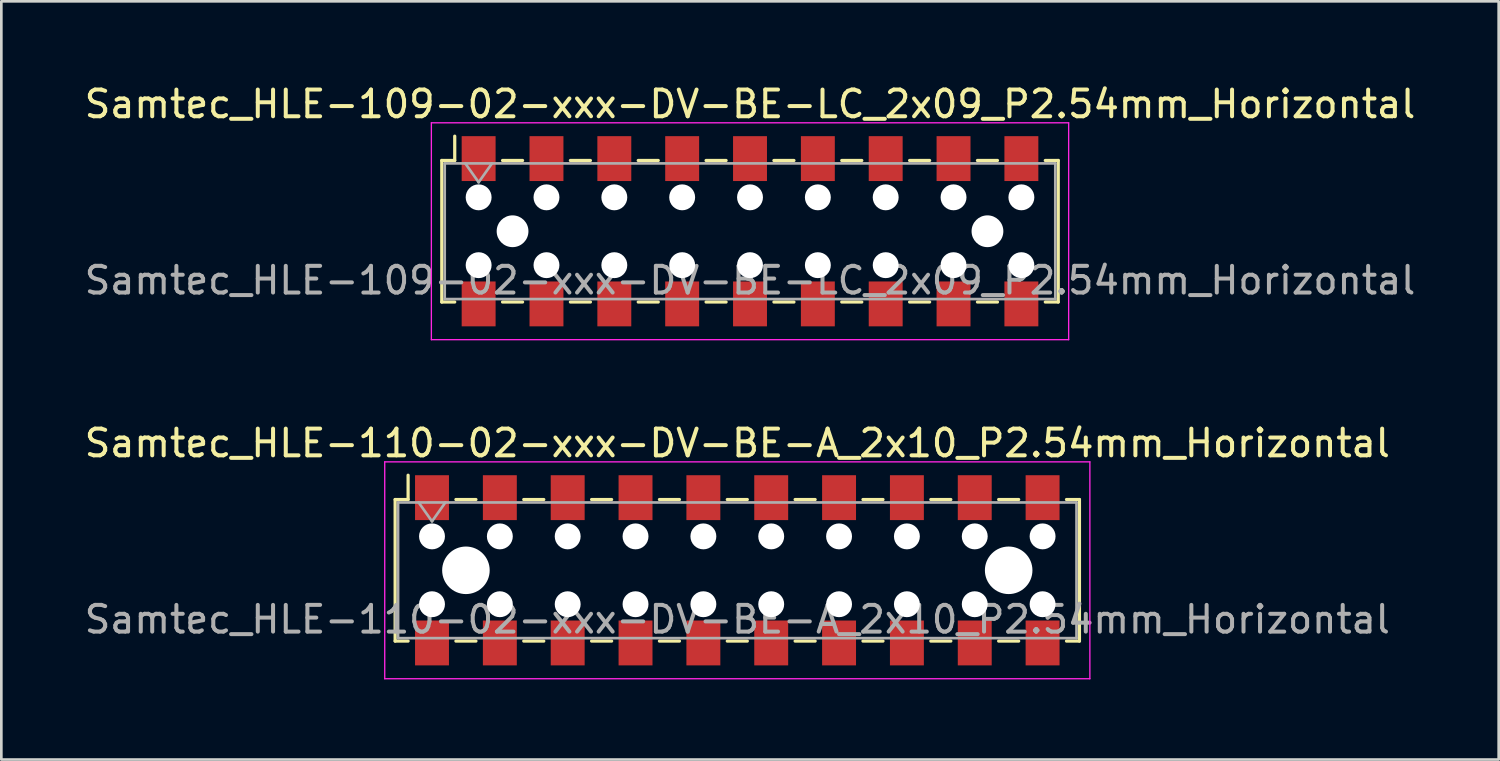
<source format=kicad_pcb>
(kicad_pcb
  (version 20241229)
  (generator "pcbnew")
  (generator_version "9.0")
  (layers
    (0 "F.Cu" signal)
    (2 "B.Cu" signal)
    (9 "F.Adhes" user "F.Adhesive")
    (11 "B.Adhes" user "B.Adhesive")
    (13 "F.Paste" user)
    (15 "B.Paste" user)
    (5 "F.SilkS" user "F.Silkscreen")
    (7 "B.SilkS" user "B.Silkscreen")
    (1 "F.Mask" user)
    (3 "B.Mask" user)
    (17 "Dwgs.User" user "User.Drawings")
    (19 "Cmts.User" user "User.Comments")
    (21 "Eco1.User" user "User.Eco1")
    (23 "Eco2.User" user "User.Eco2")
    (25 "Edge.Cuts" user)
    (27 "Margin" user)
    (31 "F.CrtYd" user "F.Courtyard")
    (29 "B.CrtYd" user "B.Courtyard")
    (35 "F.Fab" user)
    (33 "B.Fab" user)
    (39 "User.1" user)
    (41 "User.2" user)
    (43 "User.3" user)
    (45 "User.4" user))
  (footprint "Samtec_HLE-110-02-xxx-DV-BE-A_2x10_P2.54mm_Horizontal"
    (layer "F.Cu")
    (at 24.554 18.302)
    (property "Reference" "Samtec_HLE-110-02-xxx-DV-BE-A_2x10_P2.54mm_Horizontal" (at 0 -4.76 0) (layer "F.SilkS") (effects (font (size 1 1) (thickness 0.15))))
    (attr smd)
    (fp_line (start -12.81 -2.65) (end -12.81 2.65) (stroke (width 0.12) (type solid)) (layer "F.SilkS"))
    (fp_line (start -12.81 2.65) (end -12.325 2.65) (stroke (width 0.12) (type solid)) (layer "F.SilkS"))
    (fp_line (start -12.325 -3.56) (end -12.325 -2.65) (stroke (width 0.12) (type solid)) (layer "F.SilkS"))
    (fp_line (start -12.325 -2.65) (end -12.81 -2.65) (stroke (width 0.12) (type solid)) (layer "F.SilkS"))
    (fp_line (start -10.535 -2.65) (end -9.785 -2.65) (stroke (width 0.12) (type solid)) (layer "F.SilkS"))
    (fp_line (start -10.535 2.65) (end -9.785 2.65) (stroke (width 0.12) (type solid)) (layer "F.SilkS"))
    (fp_line (start -7.995 -2.65) (end -7.245 -2.65) (stroke (width 0.12) (type solid)) (layer "F.SilkS"))
    (fp_line (start -7.995 2.65) (end -7.245 2.65) (stroke (width 0.12) (type solid)) (layer "F.SilkS"))
    (fp_line (start -5.455 -2.65) (end -4.705 -2.65) (stroke (width 0.12) (type solid)) (layer "F.SilkS"))
    (fp_line (start -5.455 2.65) (end -4.705 2.65) (stroke (width 0.12) (type solid)) (layer "F.SilkS"))
    (fp_line (start -2.915 -2.65) (end -2.165 -2.65) (stroke (width 0.12) (type solid)) (layer "F.SilkS"))
    (fp_line (start -2.915 2.65) (end -2.165 2.65) (stroke (width 0.12) (type solid)) (layer "F.SilkS"))
    (fp_line (start -0.375 -2.65) (end 0.375 -2.65) (stroke (width 0.12) (type solid)) (layer "F.SilkS"))
    (fp_line (start -0.375 2.65) (end 0.375 2.65) (stroke (width 0.12) (type solid)) (layer "F.SilkS"))
    (fp_line (start 2.165 -2.65) (end 2.915 -2.65) (stroke (width 0.12) (type solid)) (layer "F.SilkS"))
    (fp_line (start 2.165 2.65) (end 2.915 2.65) (stroke (width 0.12) (type solid)) (layer "F.SilkS"))
    (fp_line (start 4.705 -2.65) (end 5.455 -2.65) (stroke (width 0.12) (type solid)) (layer "F.SilkS"))
    (fp_line (start 4.705 2.65) (end 5.455 2.65) (stroke (width 0.12) (type solid)) (layer "F.SilkS"))
    (fp_line (start 7.245 -2.65) (end 7.995 -2.65) (stroke (width 0.12) (type solid)) (layer "F.SilkS"))
    (fp_line (start 7.245 2.65) (end 7.995 2.65) (stroke (width 0.12) (type solid)) (layer "F.SilkS"))
    (fp_line (start 9.785 -2.65) (end 10.535 -2.65) (stroke (width 0.12) (type solid)) (layer "F.SilkS"))
    (fp_line (start 9.785 2.65) (end 10.535 2.65) (stroke (width 0.12) (type solid)) (layer "F.SilkS"))
    (fp_line (start 12.325 -2.65) (end 12.81 -2.65) (stroke (width 0.12) (type solid)) (layer "F.SilkS"))
    (fp_line (start 12.81 -2.65) (end 12.81 2.65) (stroke (width 0.12) (type solid)) (layer "F.SilkS"))
    (fp_line (start 12.81 2.65) (end 12.325 2.65) (stroke (width 0.12) (type solid)) (layer "F.SilkS"))
    (fp_line (start -13.2 -4.06) (end 13.2 -4.06) (stroke (width 0.05) (type solid)) (layer "F.CrtYd"))
    (fp_line (start -13.2 4.06) (end -13.2 -4.06) (stroke (width 0.05) (type solid)) (layer "F.CrtYd"))
    (fp_line (start 13.2 -4.06) (end 13.2 4.06) (stroke (width 0.05) (type solid)) (layer "F.CrtYd"))
    (fp_line (start 13.2 4.06) (end -13.2 4.06) (stroke (width 0.05) (type solid)) (layer "F.CrtYd"))
    (fp_line (start -12.7 -2.54) (end 12.7 -2.54) (stroke (width 0.1) (type solid)) (layer "F.Fab"))
    (fp_line (start -12.7 2.54) (end -12.7 -2.54) (stroke (width 0.1) (type solid)) (layer "F.Fab"))
    (fp_line (start -11.93 -2.54) (end -11.43 -1.833) (stroke (width 0.1) (type solid)) (layer "F.Fab"))
    (fp_line (start -11.43 -1.833) (end -10.93 -2.54) (stroke (width 0.1) (type solid)) (layer "F.Fab"))
    (fp_line (start 12.7 -2.54) (end 12.7 2.54) (stroke (width 0.1) (type solid)) (layer "F.Fab"))
    (fp_line (start 12.7 2.54) (end -12.7 2.54) (stroke (width 0.1) (type solid)) (layer "F.Fab"))
    (fp_text user "${REFERENCE}" (at 0 1.84 0) (layer "F.Fab") (effects (font (size 1 1) (thickness 0.15))))
    (pad "" np_thru_hole circle (at -11.43 -1.27) (size 0.97 0.97) (drill 0.97) (layers "*.Cu" "*.Mask"))
    (pad "" np_thru_hole circle (at -11.43 1.27) (size 0.97 0.97) (drill 0.97) (layers "*.Cu" "*.Mask"))
    (pad "" np_thru_hole circle (at -10.16 0) (size 1.78 1.78) (drill 1.78) (layers "*.Cu" "*.Mask"))
    (pad "" np_thru_hole circle (at -8.89 -1.27) (size 0.97 0.97) (drill 0.97) (layers "*.Cu" "*.Mask"))
    (pad "" np_thru_hole circle (at -8.89 1.27) (size 0.97 0.97) (drill 0.97) (layers "*.Cu" "*.Mask"))
    (pad "" np_thru_hole circle (at -6.35 -1.27) (size 0.97 0.97) (drill 0.97) (layers "*.Cu" "*.Mask"))
    (pad "" np_thru_hole circle (at -6.35 1.27) (size 0.97 0.97) (drill 0.97) (layers "*.Cu" "*.Mask"))
    (pad "" np_thru_hole circle (at -3.81 -1.27) (size 0.97 0.97) (drill 0.97) (layers "*.Cu" "*.Mask"))
    (pad "" np_thru_hole circle (at -3.81 1.27) (size 0.97 0.97) (drill 0.97) (layers "*.Cu" "*.Mask"))
    (pad "" np_thru_hole circle (at -1.27 -1.27) (size 0.97 0.97) (drill 0.97) (layers "*.Cu" "*.Mask"))
    (pad "" np_thru_hole circle (at -1.27 1.27) (size 0.97 0.97) (drill 0.97) (layers "*.Cu" "*.Mask"))
    (pad "" np_thru_hole circle (at 1.27 -1.27) (size 0.97 0.97) (drill 0.97) (layers "*.Cu" "*.Mask"))
    (pad "" np_thru_hole circle (at 1.27 1.27) (size 0.97 0.97) (drill 0.97) (layers "*.Cu" "*.Mask"))
    (pad "" np_thru_hole circle (at 3.81 -1.27) (size 0.97 0.97) (drill 0.97) (layers "*.Cu" "*.Mask"))
    (pad "" np_thru_hole circle (at 3.81 1.27) (size 0.97 0.97) (drill 0.97) (layers "*.Cu" "*.Mask"))
    (pad "" np_thru_hole circle (at 6.35 -1.27) (size 0.97 0.97) (drill 0.97) (layers "*.Cu" "*.Mask"))
    (pad "" np_thru_hole circle (at 6.35 1.27) (size 0.97 0.97) (drill 0.97) (layers "*.Cu" "*.Mask"))
    (pad "" np_thru_hole circle (at 8.89 -1.27) (size 0.97 0.97) (drill 0.97) (layers "*.Cu" "*.Mask"))
    (pad "" np_thru_hole circle (at 8.89 1.27) (size 0.97 0.97) (drill 0.97) (layers "*.Cu" "*.Mask"))
    (pad "" np_thru_hole circle (at 10.16 0) (size 1.78 1.78) (drill 1.78) (layers "*.Cu" "*.Mask"))
    (pad "" np_thru_hole circle (at 11.43 -1.27) (size 0.97 0.97) (drill 0.97) (layers "*.Cu" "*.Mask"))
    (pad "" np_thru_hole circle (at 11.43 1.27) (size 0.97 0.97) (drill 0.97) (layers "*.Cu" "*.Mask"))
    (pad "1" smd rect (at -11.43 -2.72) (size 1.27 1.68) (layers "F.Cu" "F.Mask" "F.Paste"))
    (pad "2" smd rect (at -11.43 2.72) (size 1.27 1.68) (layers "F.Cu" "F.Mask" "F.Paste"))
    (pad "3" smd rect (at -8.89 -2.72) (size 1.27 1.68) (layers "F.Cu" "F.Mask" "F.Paste"))
    (pad "4" smd rect (at -8.89 2.72) (size 1.27 1.68) (layers "F.Cu" "F.Mask" "F.Paste"))
    (pad "5" smd rect (at -6.35 -2.72) (size 1.27 1.68) (layers "F.Cu" "F.Mask" "F.Paste"))
    (pad "6" smd rect (at -6.35 2.72) (size 1.27 1.68) (layers "F.Cu" "F.Mask" "F.Paste"))
    (pad "7" smd rect (at -3.81 -2.72) (size 1.27 1.68) (layers "F.Cu" "F.Mask" "F.Paste"))
    (pad "8" smd rect (at -3.81 2.72) (size 1.27 1.68) (layers "F.Cu" "F.Mask" "F.Paste"))
    (pad "9" smd rect (at -1.27 -2.72) (size 1.27 1.68) (layers "F.Cu" "F.Mask" "F.Paste"))
    (pad "10" smd rect (at -1.27 2.72) (size 1.27 1.68) (layers "F.Cu" "F.Mask" "F.Paste"))
    (pad "11" smd rect (at 1.27 -2.72) (size 1.27 1.68) (layers "F.Cu" "F.Mask" "F.Paste"))
    (pad "12" smd rect (at 1.27 2.72) (size 1.27 1.68) (layers "F.Cu" "F.Mask" "F.Paste"))
    (pad "13" smd rect (at 3.81 -2.72) (size 1.27 1.68) (layers "F.Cu" "F.Mask" "F.Paste"))
    (pad "14" smd rect (at 3.81 2.72) (size 1.27 1.68) (layers "F.Cu" "F.Mask" "F.Paste"))
    (pad "15" smd rect (at 6.35 -2.72) (size 1.27 1.68) (layers "F.Cu" "F.Mask" "F.Paste"))
    (pad "16" smd rect (at 6.35 2.72) (size 1.27 1.68) (layers "F.Cu" "F.Mask" "F.Paste"))
    (pad "17" smd rect (at 8.89 -2.72) (size 1.27 1.68) (layers "F.Cu" "F.Mask" "F.Paste"))
    (pad "18" smd rect (at 8.89 2.72) (size 1.27 1.68) (layers "F.Cu" "F.Mask" "F.Paste"))
    (pad "19" smd rect (at 11.43 -2.72) (size 1.27 1.68) (layers "F.Cu" "F.Mask" "F.Paste"))
    (pad "20" smd rect (at 11.43 2.72) (size 1.27 1.68) (layers "F.Cu" "F.Mask" "F.Paste")))
  (footprint "Samtec_HLE-109-02-xxx-DV-BE-LC_2x09_P2.54mm_Horizontal"
    (layer "F.Cu")
    (at 25.03 5.608)
    (property "Reference" "Samtec_HLE-109-02-xxx-DV-BE-LC_2x09_P2.54mm_Horizontal" (at 0 -4.76 0) (layer "F.SilkS") (effects (font (size 1 1) (thickness 0.15))))
    (attr smd)
    (fp_line (start -11.54 -2.65) (end -11.54 2.65) (stroke (width 0.12) (type solid)) (layer "F.SilkS"))
    (fp_line (start -11.54 2.65) (end -11.055 2.65) (stroke (width 0.12) (type solid)) (layer "F.SilkS"))
    (fp_line (start -11.055 -3.56) (end -11.055 -2.65) (stroke (width 0.12) (type solid)) (layer "F.SilkS"))
    (fp_line (start -11.055 -2.65) (end -11.54 -2.65) (stroke (width 0.12) (type solid)) (layer "F.SilkS"))
    (fp_line (start -9.265 -2.65) (end -8.515 -2.65) (stroke (width 0.12) (type solid)) (layer "F.SilkS"))
    (fp_line (start -9.265 2.65) (end -8.515 2.65) (stroke (width 0.12) (type solid)) (layer "F.SilkS"))
    (fp_line (start -6.725 -2.65) (end -5.975 -2.65) (stroke (width 0.12) (type solid)) (layer "F.SilkS"))
    (fp_line (start -6.725 2.65) (end -5.975 2.65) (stroke (width 0.12) (type solid)) (layer "F.SilkS"))
    (fp_line (start -4.185 -2.65) (end -3.435 -2.65) (stroke (width 0.12) (type solid)) (layer "F.SilkS"))
    (fp_line (start -4.185 2.65) (end -3.435 2.65) (stroke (width 0.12) (type solid)) (layer "F.SilkS"))
    (fp_line (start -1.645 -2.65) (end -0.895 -2.65) (stroke (width 0.12) (type solid)) (layer "F.SilkS"))
    (fp_line (start -1.645 2.65) (end -0.895 2.65) (stroke (width 0.12) (type solid)) (layer "F.SilkS"))
    (fp_line (start 0.895 -2.65) (end 1.645 -2.65) (stroke (width 0.12) (type solid)) (layer "F.SilkS"))
    (fp_line (start 0.895 2.65) (end 1.645 2.65) (stroke (width 0.12) (type solid)) (layer "F.SilkS"))
    (fp_line (start 3.435 -2.65) (end 4.185 -2.65) (stroke (width 0.12) (type solid)) (layer "F.SilkS"))
    (fp_line (start 3.435 2.65) (end 4.185 2.65) (stroke (width 0.12) (type solid)) (layer "F.SilkS"))
    (fp_line (start 5.975 -2.65) (end 6.725 -2.65) (stroke (width 0.12) (type solid)) (layer "F.SilkS"))
    (fp_line (start 5.975 2.65) (end 6.725 2.65) (stroke (width 0.12) (type solid)) (layer "F.SilkS"))
    (fp_line (start 8.515 -2.65) (end 9.265 -2.65) (stroke (width 0.12) (type solid)) (layer "F.SilkS"))
    (fp_line (start 8.515 2.65) (end 9.265 2.65) (stroke (width 0.12) (type solid)) (layer "F.SilkS"))
    (fp_line (start 11.055 -2.65) (end 11.54 -2.65) (stroke (width 0.12) (type solid)) (layer "F.SilkS"))
    (fp_line (start 11.54 -2.65) (end 11.54 2.65) (stroke (width 0.12) (type solid)) (layer "F.SilkS"))
    (fp_line (start 11.54 2.65) (end 11.055 2.65) (stroke (width 0.12) (type solid)) (layer "F.SilkS"))
    (fp_line (start -11.93 -4.06) (end 11.93 -4.06) (stroke (width 0.05) (type solid)) (layer "F.CrtYd"))
    (fp_line (start -11.93 4.06) (end -11.93 -4.06) (stroke (width 0.05) (type solid)) (layer "F.CrtYd"))
    (fp_line (start 11.93 -4.06) (end 11.93 4.06) (stroke (width 0.05) (type solid)) (layer "F.CrtYd"))
    (fp_line (start 11.93 4.06) (end -11.93 4.06) (stroke (width 0.05) (type solid)) (layer "F.CrtYd"))
    (fp_line (start -11.43 -2.54) (end 11.43 -2.54) (stroke (width 0.1) (type solid)) (layer "F.Fab"))
    (fp_line (start -11.43 2.54) (end -11.43 -2.54) (stroke (width 0.1) (type solid)) (layer "F.Fab"))
    (fp_line (start -10.66 -2.54) (end -10.16 -1.833) (stroke (width 0.1) (type solid)) (layer "F.Fab"))
    (fp_line (start -10.16 -1.833) (end -9.66 -2.54) (stroke (width 0.1) (type solid)) (layer "F.Fab"))
    (fp_line (start 11.43 -2.54) (end 11.43 2.54) (stroke (width 0.1) (type solid)) (layer "F.Fab"))
    (fp_line (start 11.43 2.54) (end -11.43 2.54) (stroke (width 0.1) (type solid)) (layer "F.Fab"))
    (fp_text user "${REFERENCE}" (at 0 1.84 0) (layer "F.Fab") (effects (font (size 1 1) (thickness 0.15))))
    (pad "" np_thru_hole circle (at -10.16 -1.27) (size 0.97 0.97) (drill 0.97) (layers "*.Cu" "*.Mask"))
    (pad "" np_thru_hole circle (at -10.16 1.27) (size 0.97 0.97) (drill 0.97) (layers "*.Cu" "*.Mask"))
    (pad "" np_thru_hole circle (at -8.89 0) (size 1.19 1.19) (drill 1.19) (layers "*.Cu" "*.Mask"))
    (pad "" np_thru_hole circle (at -7.62 -1.27) (size 0.97 0.97) (drill 0.97) (layers "*.Cu" "*.Mask"))
    (pad "" np_thru_hole circle (at -7.62 1.27) (size 0.97 0.97) (drill 0.97) (layers "*.Cu" "*.Mask"))
    (pad "" np_thru_hole circle (at -5.08 -1.27) (size 0.97 0.97) (drill 0.97) (layers "*.Cu" "*.Mask"))
    (pad "" np_thru_hole circle (at -5.08 1.27) (size 0.97 0.97) (drill 0.97) (layers "*.Cu" "*.Mask"))
    (pad "" np_thru_hole circle (at -2.54 -1.27) (size 0.97 0.97) (drill 0.97) (layers "*.Cu" "*.Mask"))
    (pad "" np_thru_hole circle (at -2.54 1.27) (size 0.97 0.97) (drill 0.97) (layers "*.Cu" "*.Mask"))
    (pad "" np_thru_hole circle (at 0 -1.27) (size 0.97 0.97) (drill 0.97) (layers "*.Cu" "*.Mask"))
    (pad "" np_thru_hole circle (at 0 1.27) (size 0.97 0.97) (drill 0.97) (layers "*.Cu" "*.Mask"))
    (pad "" np_thru_hole circle (at 2.54 -1.27) (size 0.97 0.97) (drill 0.97) (layers "*.Cu" "*.Mask"))
    (pad "" np_thru_hole circle (at 2.54 1.27) (size 0.97 0.97) (drill 0.97) (layers "*.Cu" "*.Mask"))
    (pad "" np_thru_hole circle (at 5.08 -1.27) (size 0.97 0.97) (drill 0.97) (layers "*.Cu" "*.Mask"))
    (pad "" np_thru_hole circle (at 5.08 1.27) (size 0.97 0.97) (drill 0.97) (layers "*.Cu" "*.Mask"))
    (pad "" np_thru_hole circle (at 7.62 -1.27) (size 0.97 0.97) (drill 0.97) (layers "*.Cu" "*.Mask"))
    (pad "" np_thru_hole circle (at 7.62 1.27) (size 0.97 0.97) (drill 0.97) (layers "*.Cu" "*.Mask"))
    (pad "" np_thru_hole circle (at 8.89 0) (size 1.19 1.19) (drill 1.19) (layers "*.Cu" "*.Mask"))
    (pad "" np_thru_hole circle (at 10.16 -1.27) (size 0.97 0.97) (drill 0.97) (layers "*.Cu" "*.Mask"))
    (pad "" np_thru_hole circle (at 10.16 1.27) (size 0.97 0.97) (drill 0.97) (layers "*.Cu" "*.Mask"))
    (pad "1" smd rect (at -10.16 -2.72) (size 1.27 1.68) (layers "F.Cu" "F.Mask" "F.Paste"))
    (pad "2" smd rect (at -10.16 2.72) (size 1.27 1.68) (layers "F.Cu" "F.Mask" "F.Paste"))
    (pad "3" smd rect (at -7.62 -2.72) (size 1.27 1.68) (layers "F.Cu" "F.Mask" "F.Paste"))
    (pad "4" smd rect (at -7.62 2.72) (size 1.27 1.68) (layers "F.Cu" "F.Mask" "F.Paste"))
    (pad "5" smd rect (at -5.08 -2.72) (size 1.27 1.68) (layers "F.Cu" "F.Mask" "F.Paste"))
    (pad "6" smd rect (at -5.08 2.72) (size 1.27 1.68) (layers "F.Cu" "F.Mask" "F.Paste"))
    (pad "7" smd rect (at -2.54 -2.72) (size 1.27 1.68) (layers "F.Cu" "F.Mask" "F.Paste"))
    (pad "8" smd rect (at -2.54 2.72) (size 1.27 1.68) (layers "F.Cu" "F.Mask" "F.Paste"))
    (pad "9" smd rect (at 0 -2.72) (size 1.27 1.68) (layers "F.Cu" "F.Mask" "F.Paste"))
    (pad "10" smd rect (at 0 2.72) (size 1.27 1.68) (layers "F.Cu" "F.Mask" "F.Paste"))
    (pad "11" smd rect (at 2.54 -2.72) (size 1.27 1.68) (layers "F.Cu" "F.Mask" "F.Paste"))
    (pad "12" smd rect (at 2.54 2.72) (size 1.27 1.68) (layers "F.Cu" "F.Mask" "F.Paste"))
    (pad "13" smd rect (at 5.08 -2.72) (size 1.27 1.68) (layers "F.Cu" "F.Mask" "F.Paste"))
    (pad "14" smd rect (at 5.08 2.72) (size 1.27 1.68) (layers "F.Cu" "F.Mask" "F.Paste"))
    (pad "15" smd rect (at 7.62 -2.72) (size 1.27 1.68) (layers "F.Cu" "F.Mask" "F.Paste"))
    (pad "16" smd rect (at 7.62 2.72) (size 1.27 1.68) (layers "F.Cu" "F.Mask" "F.Paste"))
    (pad "17" smd rect (at 10.16 -2.72) (size 1.27 1.68) (layers "F.Cu" "F.Mask" "F.Paste"))
    (pad "18" smd rect (at 10.16 2.72) (size 1.27 1.68) (layers "F.Cu" "F.Mask" "F.Paste")))
  (gr_rect
    (start -3 -3)
    (end 53.06 25.387)
    (stroke (width 0.1) (type default))
    (fill no)
    (layer "Edge.Cuts")))
</source>
